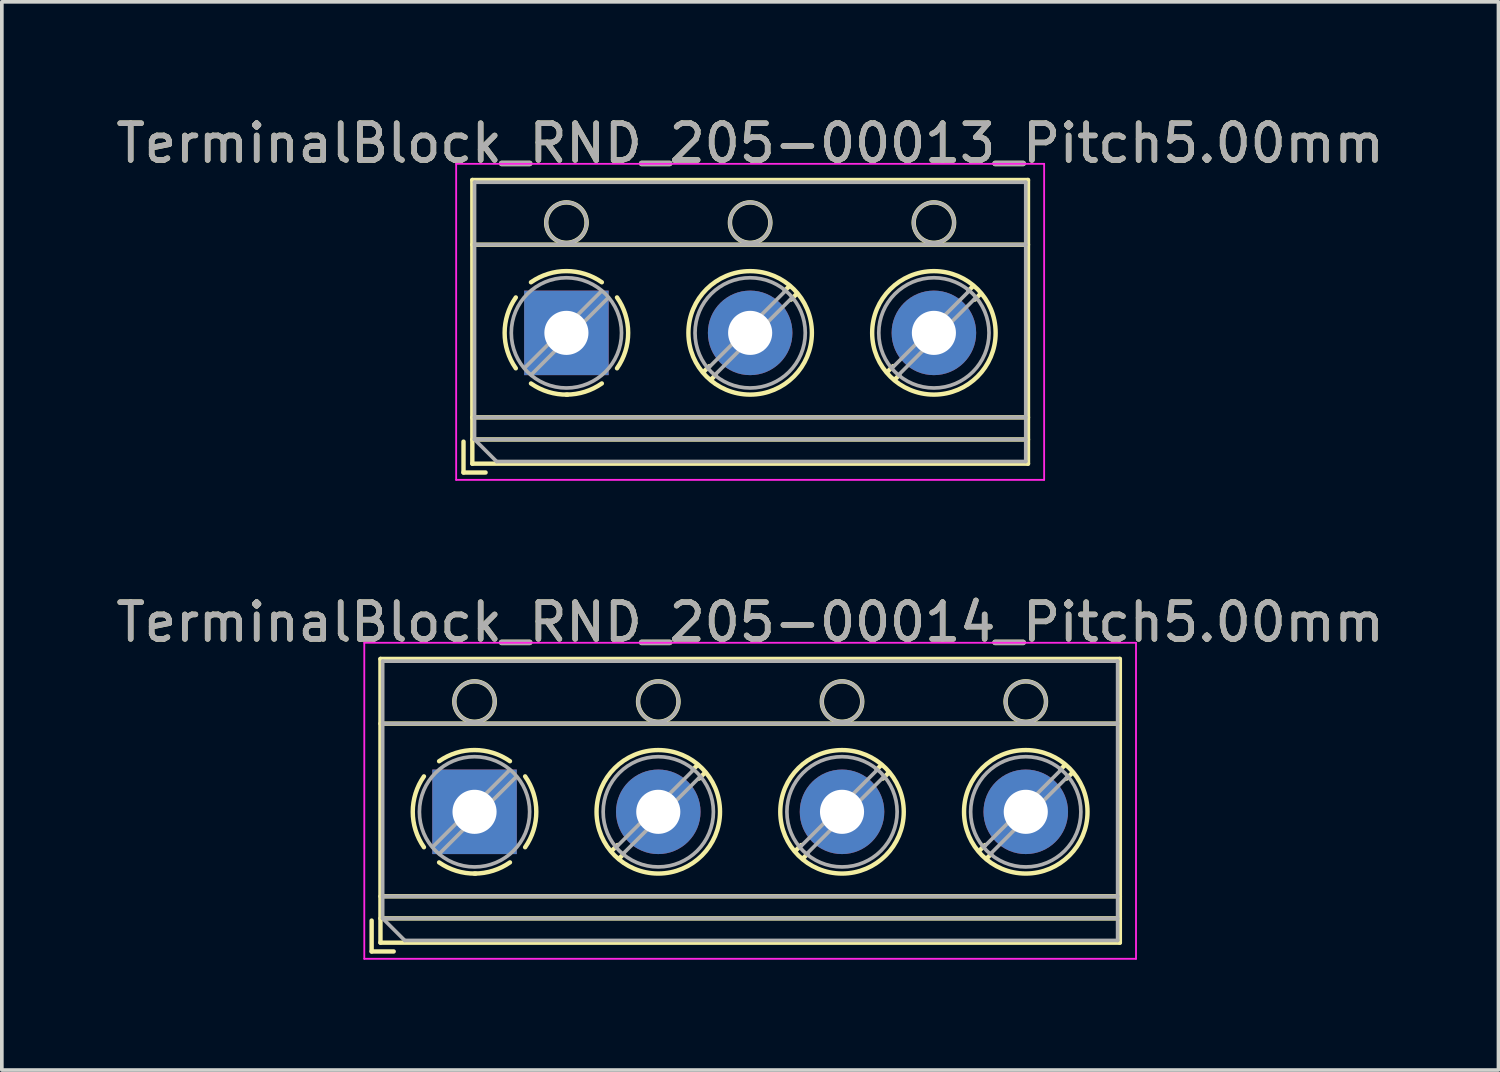
<source format=kicad_pcb>
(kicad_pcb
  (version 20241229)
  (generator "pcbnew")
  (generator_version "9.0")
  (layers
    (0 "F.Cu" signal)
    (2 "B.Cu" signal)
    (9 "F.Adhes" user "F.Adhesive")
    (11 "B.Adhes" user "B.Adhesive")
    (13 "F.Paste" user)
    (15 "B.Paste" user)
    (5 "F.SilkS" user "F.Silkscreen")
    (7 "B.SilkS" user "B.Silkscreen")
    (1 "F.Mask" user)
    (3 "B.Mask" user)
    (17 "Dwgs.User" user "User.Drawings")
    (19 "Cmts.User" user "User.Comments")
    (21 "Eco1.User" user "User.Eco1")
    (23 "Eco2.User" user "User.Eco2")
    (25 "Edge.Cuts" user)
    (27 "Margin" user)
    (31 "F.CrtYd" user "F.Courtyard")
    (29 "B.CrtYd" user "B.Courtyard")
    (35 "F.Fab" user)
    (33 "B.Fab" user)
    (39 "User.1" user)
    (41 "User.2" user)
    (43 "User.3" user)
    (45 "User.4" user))
  (footprint "TerminalBlock_RND_205-00014_Pitch5.00mm"
    (layer "F.Cu")
    (at 9.863 19.041)
    (property "Reference" "TerminalBlock_RND_205-00014_Pitch5.00mm" (at 7.5 -5.16 0) (layer "F.SilkS") (effects (font (size 1 1) (thickness 0.15))))
    (attr through_hole)
    (fp_line (start -2.8 2.96) (end -2.8 3.8) (stroke (width 0.12) (type solid)) (layer "F.SilkS"))
    (fp_line (start -2.8 3.8) (end -2.2 3.8) (stroke (width 0.12) (type solid)) (layer "F.SilkS"))
    (fp_line (start -2.56 -4.16) (end -2.56 3.56) (stroke (width 0.12) (type solid)) (layer "F.SilkS"))
    (fp_line (start -2.56 -2.4) (end 17.56 -2.4) (stroke (width 0.12) (type solid)) (layer "F.SilkS"))
    (fp_line (start -2.56 2.3) (end 17.56 2.3) (stroke (width 0.12) (type solid)) (layer "F.SilkS"))
    (fp_line (start -2.56 2.9) (end 17.56 2.9) (stroke (width 0.12) (type solid)) (layer "F.SilkS"))
    (fp_line (start -2.56 3.56) (end 17.56 3.56) (stroke (width 0.12) (type solid)) (layer "F.SilkS"))
    (fp_line (start 3.89 0.905) (end 3.726 1.069) (stroke (width 0.12) (type solid)) (layer "F.SilkS"))
    (fp_line (start 4.06 1.146) (end 3.931 1.274) (stroke (width 0.12) (type solid)) (layer "F.SilkS"))
    (fp_line (start 6.07 -1.275) (end 5.941 -1.146) (stroke (width 0.12) (type solid)) (layer "F.SilkS"))
    (fp_line (start 6.275 -1.069) (end 6.111 -0.905) (stroke (width 0.12) (type solid)) (layer "F.SilkS"))
    (fp_line (start 8.89 0.905) (end 8.726 1.069) (stroke (width 0.12) (type solid)) (layer "F.SilkS"))
    (fp_line (start 9.06 1.146) (end 8.931 1.274) (stroke (width 0.12) (type solid)) (layer "F.SilkS"))
    (fp_line (start 11.07 -1.275) (end 10.941 -1.146) (stroke (width 0.12) (type solid)) (layer "F.SilkS"))
    (fp_line (start 11.275 -1.069) (end 11.111 -0.905) (stroke (width 0.12) (type solid)) (layer "F.SilkS"))
    (fp_line (start 13.89 0.905) (end 13.726 1.069) (stroke (width 0.12) (type solid)) (layer "F.SilkS"))
    (fp_line (start 14.06 1.146) (end 13.931 1.274) (stroke (width 0.12) (type solid)) (layer "F.SilkS"))
    (fp_line (start 16.07 -1.275) (end 15.941 -1.146) (stroke (width 0.12) (type solid)) (layer "F.SilkS"))
    (fp_line (start 16.275 -1.069) (end 16.111 -0.905) (stroke (width 0.12) (type solid)) (layer "F.SilkS"))
    (fp_line (start 17.56 -4.16) (end -2.56 -4.16) (stroke (width 0.12) (type solid)) (layer "F.SilkS"))
    (fp_line (start 17.56 3.56) (end 17.56 -4.16) (stroke (width 0.12) (type solid)) (layer "F.SilkS"))
    (fp_arc (start -1.376825 0.964249) (mid -1.6809 0.000152) (end -1.377 -0.964) (stroke (width 0.12) (type solid)) (layer "F.SilkS"))
    (fp_arc (start -0.964249 -1.376825) (mid -0.000152 -1.6809) (end 0.964 -1.377) (stroke (width 0.12) (type solid)) (layer "F.SilkS"))
    (fp_arc (start 0.029488 1.680641) (mid -0.491302 1.607497) (end -0.964 1.377) (stroke (width 0.12) (type solid)) (layer "F.SilkS"))
    (fp_arc (start 0.963608 1.376175) (mid 0.505186 1.602244) (end 0 1.68) (stroke (width 0.12) (type solid)) (layer "F.SilkS"))
    (fp_arc (start 1.376825 -0.964249) (mid 1.6809 -0.000152) (end 1.377 0.964) (stroke (width 0.12) (type solid)) (layer "F.SilkS"))
    (fp_circle (center 0 -3) (end 0.55 -3) (stroke (width 0.12) (type solid)) (fill no) (layer "F.SilkS"))
    (fp_circle (center 5 -3) (end 5.55 -3) (stroke (width 0.12) (type solid)) (fill no) (layer "F.SilkS"))
    (fp_circle (center 5 0) (end 6.68 0) (stroke (width 0.12) (type solid)) (fill no) (layer "F.SilkS"))
    (fp_circle (center 10 -3) (end 10.55 -3) (stroke (width 0.12) (type solid)) (fill no) (layer "F.SilkS"))
    (fp_circle (center 10 0) (end 11.68 0) (stroke (width 0.12) (type solid)) (fill no) (layer "F.SilkS"))
    (fp_circle (center 15 -3) (end 15.55 -3) (stroke (width 0.12) (type solid)) (fill no) (layer "F.SilkS"))
    (fp_circle (center 15 0) (end 16.68 0) (stroke (width 0.12) (type solid)) (fill no) (layer "F.SilkS"))
    (fp_line (start -3 -4.6) (end -3 4) (stroke (width 0.05) (type solid)) (layer "F.CrtYd"))
    (fp_line (start -3 4) (end 18 4) (stroke (width 0.05) (type solid)) (layer "F.CrtYd"))
    (fp_line (start 18 -4.6) (end -3 -4.6) (stroke (width 0.05) (type solid)) (layer "F.CrtYd"))
    (fp_line (start 18 4) (end 18 -4.6) (stroke (width 0.05) (type solid)) (layer "F.CrtYd"))
    (fp_line (start -2.5 -4.1) (end 17.5 -4.1) (stroke (width 0.1) (type solid)) (layer "F.Fab"))
    (fp_line (start -2.5 -2.4) (end 17.5 -2.4) (stroke (width 0.1) (type solid)) (layer "F.Fab"))
    (fp_line (start -2.5 2.3) (end 17.5 2.3) (stroke (width 0.1) (type solid)) (layer "F.Fab"))
    (fp_line (start -2.5 2.9) (end -2.5 -4.1) (stroke (width 0.1) (type solid)) (layer "F.Fab"))
    (fp_line (start -2.5 2.9) (end 17.5 2.9) (stroke (width 0.1) (type solid)) (layer "F.Fab"))
    (fp_line (start -1.9 3.5) (end -2.5 2.9) (stroke (width 0.1) (type solid)) (layer "F.Fab"))
    (fp_line (start 0.955 -1.138) (end -1.138 0.955) (stroke (width 0.1) (type solid)) (layer "F.Fab"))
    (fp_line (start 1.138 -0.955) (end -0.955 1.138) (stroke (width 0.1) (type solid)) (layer "F.Fab"))
    (fp_line (start 5.955 -1.138) (end 3.863 0.955) (stroke (width 0.1) (type solid)) (layer "F.Fab"))
    (fp_line (start 6.138 -0.955) (end 4.046 1.138) (stroke (width 0.1) (type solid)) (layer "F.Fab"))
    (fp_line (start 10.955 -1.138) (end 8.863 0.955) (stroke (width 0.1) (type solid)) (layer "F.Fab"))
    (fp_line (start 11.138 -0.955) (end 9.046 1.138) (stroke (width 0.1) (type solid)) (layer "F.Fab"))
    (fp_line (start 15.955 -1.138) (end 13.863 0.955) (stroke (width 0.1) (type solid)) (layer "F.Fab"))
    (fp_line (start 16.138 -0.955) (end 14.046 1.138) (stroke (width 0.1) (type solid)) (layer "F.Fab"))
    (fp_line (start 17.5 -4.1) (end 17.5 3.5) (stroke (width 0.1) (type solid)) (layer "F.Fab"))
    (fp_line (start 17.5 3.5) (end -1.9 3.5) (stroke (width 0.1) (type solid)) (layer "F.Fab"))
    (fp_circle (center 0 -3) (end 0.55 -3) (stroke (width 0.1) (type solid)) (fill no) (layer "F.Fab"))
    (fp_circle (center 0 0) (end 1.5 0) (stroke (width 0.1) (type solid)) (fill no) (layer "F.Fab"))
    (fp_circle (center 5 -3) (end 5.55 -3) (stroke (width 0.1) (type solid)) (fill no) (layer "F.Fab"))
    (fp_circle (center 5 0) (end 6.5 0) (stroke (width 0.1) (type solid)) (fill no) (layer "F.Fab"))
    (fp_circle (center 10 -3) (end 10.55 -3) (stroke (width 0.1) (type solid)) (fill no) (layer "F.Fab"))
    (fp_circle (center 10 0) (end 11.5 0) (stroke (width 0.1) (type solid)) (fill no) (layer "F.Fab"))
    (fp_circle (center 15 -3) (end 15.55 -3) (stroke (width 0.1) (type solid)) (fill no) (layer "F.Fab"))
    (fp_circle (center 15 0) (end 16.5 0) (stroke (width 0.1) (type solid)) (fill no) (layer "F.Fab"))
    (fp_text user "${REFERENCE}" (at 7.5 -5.16 0) (layer "F.Fab") (effects (font (size 1 1) (thickness 0.15))))
    (pad "1" thru_hole rect (at 0 0) (size 2.3 2.3) (drill 1.2) (layers "*.Cu" "*.Mask"))
    (pad "2" thru_hole circle (at 5 0) (size 2.3 2.3) (drill 1.2) (layers "*.Cu" "*.Mask"))
    (pad "3" thru_hole circle (at 10 0) (size 2.3 2.3) (drill 1.2) (layers "*.Cu" "*.Mask"))
    (pad "4" thru_hole circle (at 15 0) (size 2.3 2.3) (drill 1.2) (layers "*.Cu" "*.Mask")))
  (footprint "TerminalBlock_RND_205-00013_Pitch5.00mm"
    (layer "F.Cu")
    (at 12.363 6.008)
    (property "Reference" "TerminalBlock_RND_205-00013_Pitch5.00mm" (at 5 -5.16 0) (layer "F.SilkS") (effects (font (size 1 1) (thickness 0.15))))
    (attr through_hole)
    (fp_line (start -2.8 2.96) (end -2.8 3.8) (stroke (width 0.12) (type solid)) (layer "F.SilkS"))
    (fp_line (start -2.8 3.8) (end -2.2 3.8) (stroke (width 0.12) (type solid)) (layer "F.SilkS"))
    (fp_line (start -2.56 -4.16) (end -2.56 3.56) (stroke (width 0.12) (type solid)) (layer "F.SilkS"))
    (fp_line (start -2.56 -2.4) (end 12.56 -2.4) (stroke (width 0.12) (type solid)) (layer "F.SilkS"))
    (fp_line (start -2.56 2.3) (end 12.56 2.3) (stroke (width 0.12) (type solid)) (layer "F.SilkS"))
    (fp_line (start -2.56 2.9) (end 12.56 2.9) (stroke (width 0.12) (type solid)) (layer "F.SilkS"))
    (fp_line (start -2.56 3.56) (end 12.56 3.56) (stroke (width 0.12) (type solid)) (layer "F.SilkS"))
    (fp_line (start 3.89 0.905) (end 3.726 1.069) (stroke (width 0.12) (type solid)) (layer "F.SilkS"))
    (fp_line (start 4.06 1.146) (end 3.931 1.274) (stroke (width 0.12) (type solid)) (layer "F.SilkS"))
    (fp_line (start 6.07 -1.275) (end 5.941 -1.146) (stroke (width 0.12) (type solid)) (layer "F.SilkS"))
    (fp_line (start 6.275 -1.069) (end 6.111 -0.905) (stroke (width 0.12) (type solid)) (layer "F.SilkS"))
    (fp_line (start 8.89 0.905) (end 8.726 1.069) (stroke (width 0.12) (type solid)) (layer "F.SilkS"))
    (fp_line (start 9.06 1.146) (end 8.931 1.274) (stroke (width 0.12) (type solid)) (layer "F.SilkS"))
    (fp_line (start 11.07 -1.275) (end 10.941 -1.146) (stroke (width 0.12) (type solid)) (layer "F.SilkS"))
    (fp_line (start 11.275 -1.069) (end 11.111 -0.905) (stroke (width 0.12) (type solid)) (layer "F.SilkS"))
    (fp_line (start 12.56 -4.16) (end -2.56 -4.16) (stroke (width 0.12) (type solid)) (layer "F.SilkS"))
    (fp_line (start 12.56 3.56) (end 12.56 -4.16) (stroke (width 0.12) (type solid)) (layer "F.SilkS"))
    (fp_arc (start -1.376825 0.964249) (mid -1.6809 0.000152) (end -1.377 -0.964) (stroke (width 0.12) (type solid)) (layer "F.SilkS"))
    (fp_arc (start -0.964249 -1.376825) (mid -0.000152 -1.6809) (end 0.964 -1.377) (stroke (width 0.12) (type solid)) (layer "F.SilkS"))
    (fp_arc (start 0.029488 1.680641) (mid -0.491302 1.607497) (end -0.964 1.377) (stroke (width 0.12) (type solid)) (layer "F.SilkS"))
    (fp_arc (start 0.963608 1.376175) (mid 0.505186 1.602244) (end 0 1.68) (stroke (width 0.12) (type solid)) (layer "F.SilkS"))
    (fp_arc (start 1.376825 -0.964249) (mid 1.6809 -0.000152) (end 1.377 0.964) (stroke (width 0.12) (type solid)) (layer "F.SilkS"))
    (fp_circle (center 0 -3) (end 0.55 -3) (stroke (width 0.12) (type solid)) (fill no) (layer "F.SilkS"))
    (fp_circle (center 5 -3) (end 5.55 -3) (stroke (width 0.12) (type solid)) (fill no) (layer "F.SilkS"))
    (fp_circle (center 5 0) (end 6.68 0) (stroke (width 0.12) (type solid)) (fill no) (layer "F.SilkS"))
    (fp_circle (center 10 -3) (end 10.55 -3) (stroke (width 0.12) (type solid)) (fill no) (layer "F.SilkS"))
    (fp_circle (center 10 0) (end 11.68 0) (stroke (width 0.12) (type solid)) (fill no) (layer "F.SilkS"))
    (fp_line (start -3 -4.6) (end -3 4) (stroke (width 0.05) (type solid)) (layer "F.CrtYd"))
    (fp_line (start -3 4) (end 13 4) (stroke (width 0.05) (type solid)) (layer "F.CrtYd"))
    (fp_line (start 13 -4.6) (end -3 -4.6) (stroke (width 0.05) (type solid)) (layer "F.CrtYd"))
    (fp_line (start 13 4) (end 13 -4.6) (stroke (width 0.05) (type solid)) (layer "F.CrtYd"))
    (fp_line (start -2.5 -4.1) (end 12.5 -4.1) (stroke (width 0.1) (type solid)) (layer "F.Fab"))
    (fp_line (start -2.5 -2.4) (end 12.5 -2.4) (stroke (width 0.1) (type solid)) (layer "F.Fab"))
    (fp_line (start -2.5 2.3) (end 12.5 2.3) (stroke (width 0.1) (type solid)) (layer "F.Fab"))
    (fp_line (start -2.5 2.9) (end -2.5 -4.1) (stroke (width 0.1) (type solid)) (layer "F.Fab"))
    (fp_line (start -2.5 2.9) (end 12.5 2.9) (stroke (width 0.1) (type solid)) (layer "F.Fab"))
    (fp_line (start -1.9 3.5) (end -2.5 2.9) (stroke (width 0.1) (type solid)) (layer "F.Fab"))
    (fp_line (start 0.955 -1.138) (end -1.138 0.955) (stroke (width 0.1) (type solid)) (layer "F.Fab"))
    (fp_line (start 1.138 -0.955) (end -0.955 1.138) (stroke (width 0.1) (type solid)) (layer "F.Fab"))
    (fp_line (start 5.955 -1.138) (end 3.863 0.955) (stroke (width 0.1) (type solid)) (layer "F.Fab"))
    (fp_line (start 6.138 -0.955) (end 4.046 1.138) (stroke (width 0.1) (type solid)) (layer "F.Fab"))
    (fp_line (start 10.955 -1.138) (end 8.863 0.955) (stroke (width 0.1) (type solid)) (layer "F.Fab"))
    (fp_line (start 11.138 -0.955) (end 9.046 1.138) (stroke (width 0.1) (type solid)) (layer "F.Fab"))
    (fp_line (start 12.5 -4.1) (end 12.5 3.5) (stroke (width 0.1) (type solid)) (layer "F.Fab"))
    (fp_line (start 12.5 3.5) (end -1.9 3.5) (stroke (width 0.1) (type solid)) (layer "F.Fab"))
    (fp_circle (center 0 -3) (end 0.55 -3) (stroke (width 0.1) (type solid)) (fill no) (layer "F.Fab"))
    (fp_circle (center 0 0) (end 1.5 0) (stroke (width 0.1) (type solid)) (fill no) (layer "F.Fab"))
    (fp_circle (center 5 -3) (end 5.55 -3) (stroke (width 0.1) (type solid)) (fill no) (layer "F.Fab"))
    (fp_circle (center 5 0) (end 6.5 0) (stroke (width 0.1) (type solid)) (fill no) (layer "F.Fab"))
    (fp_circle (center 10 -3) (end 10.55 -3) (stroke (width 0.1) (type solid)) (fill no) (layer "F.Fab"))
    (fp_circle (center 10 0) (end 11.5 0) (stroke (width 0.1) (type solid)) (fill no) (layer "F.Fab"))
    (fp_text user "${REFERENCE}" (at 5 -5.16 0) (layer "F.Fab") (effects (font (size 1 1) (thickness 0.15))))
    (pad "1" thru_hole rect (at 0 0) (size 2.3 2.3) (drill 1.2) (layers "*.Cu" "*.Mask"))
    (pad "2" thru_hole circle (at 5 0) (size 2.3 2.3) (drill 1.2) (layers "*.Cu" "*.Mask"))
    (pad "3" thru_hole circle (at 10 0) (size 2.3 2.3) (drill 1.2) (layers "*.Cu" "*.Mask")))
  (gr_rect
    (start -3 -3)
    (end 37.726 26.067)
    (stroke (width 0.1) (type default))
    (fill no)
    (layer "Edge.Cuts")))
</source>
